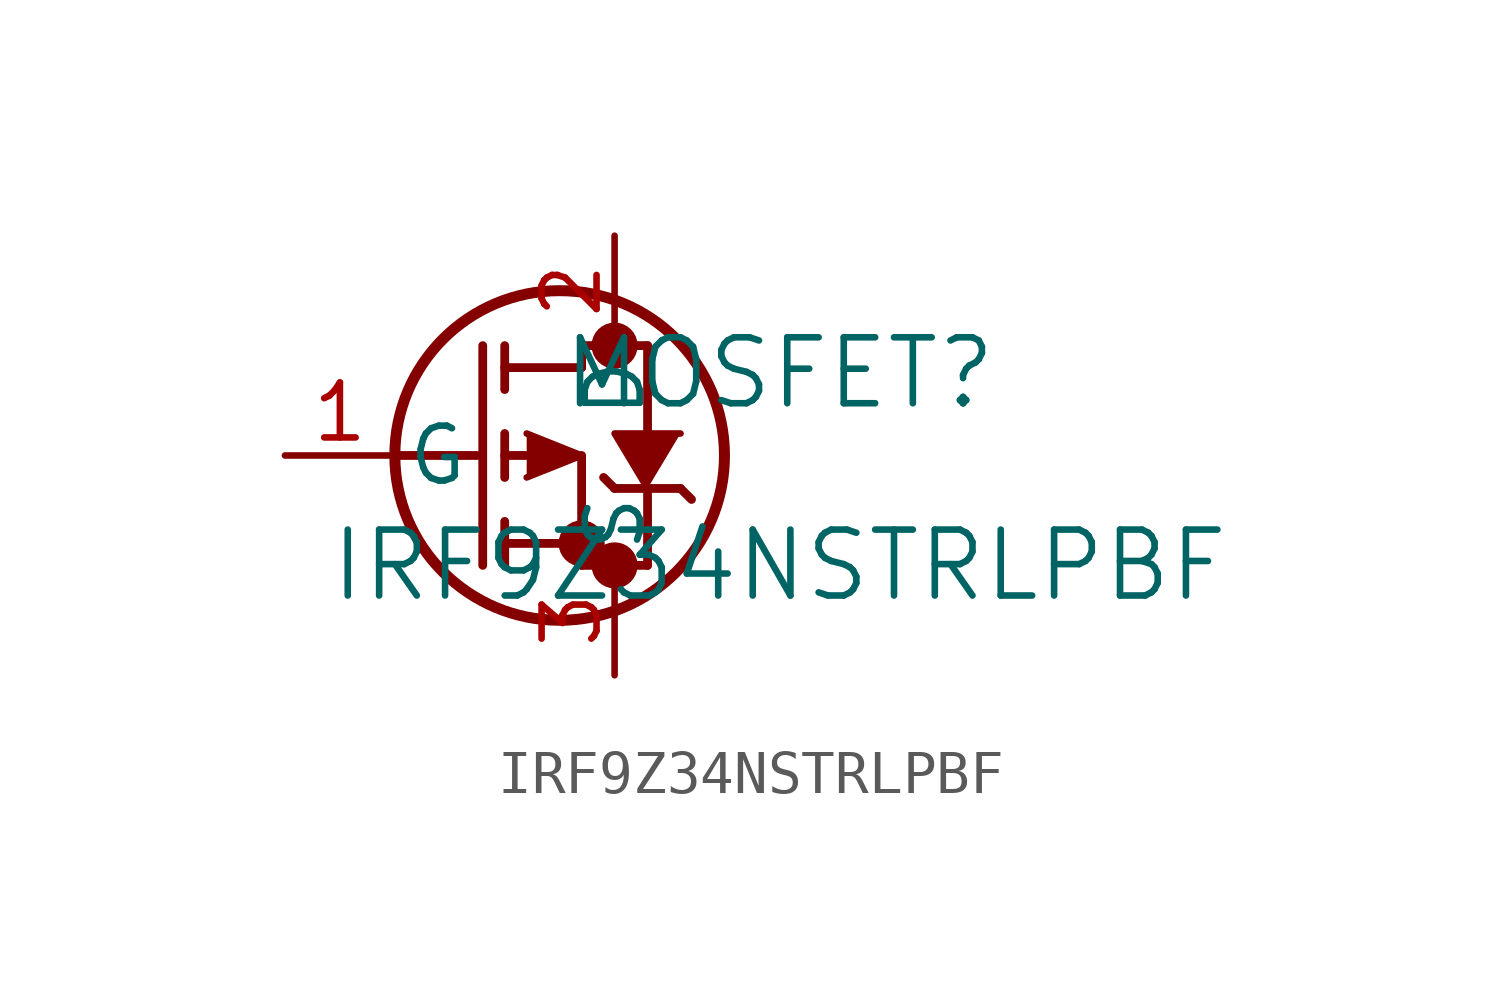
<source format=kicad_sym>
(kicad_symbol_lib
  (version 20211014)
  (generator kicad_symbol_editor)
  (symbol "IRF9Z34NSTRLPBF"
    (pin_names
      (offset 0.254))
    (property "Reference" "MOSFET"
      (at 11.43 1.905 0)
      (effects (font (size 1.524 1.524))))
    (property "Value" "IRF9Z34NSTRLPBF"
      (at 11.43 -2.54 0)
      (effects (font (size 1.524 1.524))))
    (symbol "IRF9Z34NSTRLPBF_0_1"
      (circle (center 7.62 2.54) (radius 0.025) (stroke (width 0.508) (type default) (color 0 0 0 0)) (fill (type none)))
      (circle (center 7.62 -2.54) (radius 0.025) (stroke (width 0.508) (type default) (color 0 0 0 0)) (fill (type none)))
      (circle (center 6.858 -2.032) (radius 0.025) (stroke (width 0.508) (type default) (color 0 0 0 0)) (fill (type none)))
      (circle (center 6.35 0) (radius 3.81) (stroke (width 0.254) (type default) (color 0 0 0 0)) (fill (type none)))
      (polyline (pts (xy 2.54 0) (xy 4.445 0)) (stroke (width 0.203) (type default) (color 0 0 0 0)) (fill (type none)))
      (polyline (pts (xy 4.572 -2.54) (xy 4.572 2.54)) (stroke (width 0.203) (type default) (color 0 0 0 0)) (fill (type none)))
      (polyline (pts (xy 5.08 -0.508) (xy 5.08 0.508)) (stroke (width 0.203) (type default) (color 0 0 0 0)) (fill (type none)))
      (polyline (pts (xy 5.08 -2.54) (xy 5.08 -1.524)) (stroke (width 0.203) (type default) (color 0 0 0 0)) (fill (type none)))
      (polyline (pts (xy 5.08 1.524) (xy 5.08 2.54)) (stroke (width 0.203) (type default) (color 0 0 0 0)) (fill (type none)))
      (polyline (pts (xy 5.588 0) (xy 5.08 0)) (stroke (width 0.203) (type default) (color 0 0 0 0)) (fill (type none)))
      (polyline (pts (xy 5.08 -2.032) (xy 6.858 -2.032)) (stroke (width 0.203) (type default) (color 0 0 0 0)) (fill (type none)))
      (polyline (pts (xy 6.858 -2.54) (xy 6.858 0)) (stroke (width 0.203) (type default) (color 0 0 0 0)) (fill (type none)))
      (polyline (pts (xy 6.858 -2.54) (xy 8.382 -2.54)) (stroke (width 0.203) (type default) (color 0 0 0 0)) (fill (type none)))
      (polyline (pts (xy 5.08 2.032) (xy 6.858 2.032)) (stroke (width 0.203) (type default) (color 0 0 0 0)) (fill (type none)))
      (polyline (pts (xy 8.382 0.508) (xy 8.382 2.54)) (stroke (width 0.203) (type default) (color 0 0 0 0)) (fill (type none)))
      (polyline (pts (xy 5.588 0.508) (xy 6.858 0) (xy 5.588 -0.508)) (stroke (width 0) (type default) (color 0 0 0 0)) (fill (type outline)))
      (polyline (pts (xy 7.366 -0.508) (xy 7.62 -0.762)) (stroke (width 0.203) (type default) (color 0 0 0 0)) (fill (type none)))
      (polyline (pts (xy 8.382 -2.54) (xy 8.382 -0.762)) (stroke (width 0.203) (type default) (color 0 0 0 0)) (fill (type none)))
      (polyline (pts (xy 9.144 -0.762) (xy 7.62 -0.762)) (stroke (width 0.203) (type default) (color 0 0 0 0)) (fill (type none)))
      (polyline (pts (xy 6.858 2.54) (xy 8.382 2.54)) (stroke (width 0.203) (type default) (color 0 0 0 0)) (fill (type none)))
      (polyline (pts (xy 6.858 2.032) (xy 6.858 2.54)) (stroke (width 0.203) (type default) (color 0 0 0 0)) (fill (type none)))
      (polyline (pts (xy 9.398 -1.016) (xy 9.144 -0.762)) (stroke (width 0.203) (type default) (color 0 0 0 0)) (fill (type none)))
      (polyline (pts (xy 9.144 0.508) (xy 7.62 0.508) (xy 8.382 -0.762)) (stroke (width 0) (type default) (color 0 0 0 0)) (fill (type outline)))
      (pin unspecified line (at 0 0 0) (length 2.54) (name "G" (effects (font (size 1.27 1.27)))) (number "1" (effects (font (size 1.27 1.27)))))
      (pin unspecified line (at 7.62 5.08 270) (length 2.54) (name "D" (effects (font (size 1.27 1.27)))) (number "2" (effects (font (size 1.27 1.27)))))
      (pin unspecified line (at 7.62 -5.08 90) (length 2.54) (name "S" (effects (font (size 1.27 1.27)))) (number "3" (effects (font (size 1.27 1.27))))))))
</source>
